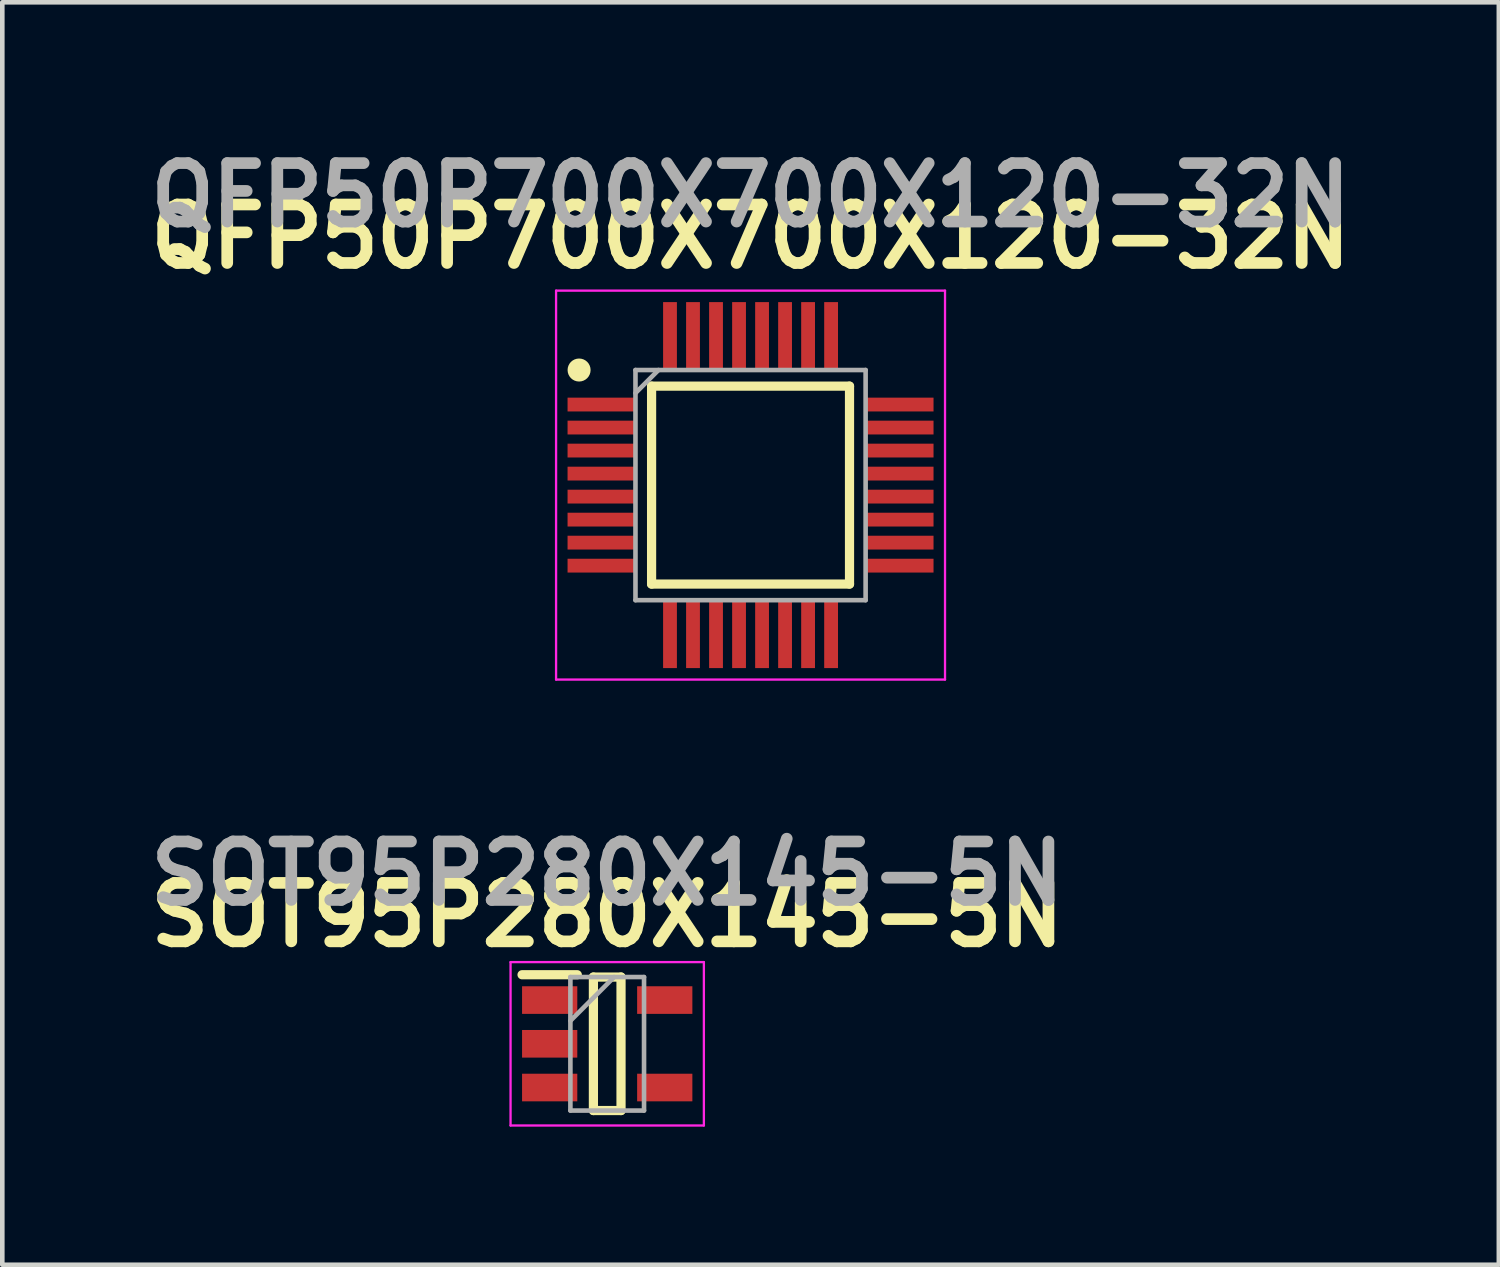
<source format=kicad_pcb>
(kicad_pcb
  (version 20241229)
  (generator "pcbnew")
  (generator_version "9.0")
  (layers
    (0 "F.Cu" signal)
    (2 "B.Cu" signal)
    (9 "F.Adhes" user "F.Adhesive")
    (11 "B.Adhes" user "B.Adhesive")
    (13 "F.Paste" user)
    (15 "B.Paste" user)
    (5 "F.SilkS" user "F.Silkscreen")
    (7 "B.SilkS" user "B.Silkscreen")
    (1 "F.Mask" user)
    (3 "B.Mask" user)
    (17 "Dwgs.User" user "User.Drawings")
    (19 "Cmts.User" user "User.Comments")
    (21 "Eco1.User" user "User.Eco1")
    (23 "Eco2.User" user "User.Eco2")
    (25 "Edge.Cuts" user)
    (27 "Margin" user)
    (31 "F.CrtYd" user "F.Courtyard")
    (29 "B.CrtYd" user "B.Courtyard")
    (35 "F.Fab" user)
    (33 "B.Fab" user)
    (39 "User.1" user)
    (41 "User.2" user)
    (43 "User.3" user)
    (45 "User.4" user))
  (footprint "SOT95P280X145-5N"
    (layer "F.Cu")
    (at 10.142 19.627)
    (property "Reference" "SOT95P280X145-5N" (at 0 -2.8 0) (layer "F.SilkS") (effects (font (size 1.27 1.27) (thickness 0.254))))
    (attr smd)
    (fp_line (start -1.85 -1.5) (end -0.65 -1.5) (stroke (width 0.2) (type solid)) (layer "F.SilkS"))
    (fp_line (start -0.3 -1.45) (end 0.3 -1.45) (stroke (width 0.2) (type solid)) (layer "F.SilkS"))
    (fp_line (start -0.3 1.45) (end -0.3 -1.45) (stroke (width 0.2) (type solid)) (layer "F.SilkS"))
    (fp_line (start 0.3 -1.45) (end 0.3 1.45) (stroke (width 0.2) (type solid)) (layer "F.SilkS"))
    (fp_line (start 0.3 1.45) (end -0.3 1.45) (stroke (width 0.2) (type solid)) (layer "F.SilkS"))
    (fp_line (start -2.1 -1.775) (end 2.1 -1.775) (stroke (width 0.05) (type solid)) (layer "F.CrtYd"))
    (fp_line (start -2.1 1.775) (end -2.1 -1.775) (stroke (width 0.05) (type solid)) (layer "F.CrtYd"))
    (fp_line (start 2.1 -1.775) (end 2.1 1.775) (stroke (width 0.05) (type solid)) (layer "F.CrtYd"))
    (fp_line (start 2.1 1.775) (end -2.1 1.775) (stroke (width 0.05) (type solid)) (layer "F.CrtYd"))
    (fp_line (start -0.8 -1.45) (end 0.8 -1.45) (stroke (width 0.1) (type solid)) (layer "F.Fab"))
    (fp_line (start -0.8 -0.5) (end 0.15 -1.45) (stroke (width 0.1) (type solid)) (layer "F.Fab"))
    (fp_line (start -0.8 1.45) (end -0.8 -1.45) (stroke (width 0.1) (type solid)) (layer "F.Fab"))
    (fp_line (start 0.8 -1.45) (end 0.8 1.45) (stroke (width 0.1) (type solid)) (layer "F.Fab"))
    (fp_line (start 0.8 1.45) (end -0.8 1.45) (stroke (width 0.1) (type solid)) (layer "F.Fab"))
    (fp_text user "${REFERENCE}" (at 0 -3.7 0) (layer "F.Fab") (effects (font (size 1.27 1.27) (thickness 0.254))))
    (pad "1" smd rect (at -1.25 -0.95 90) (size 0.6 1.2) (layers "F.Cu" "F.Mask" "F.Paste"))
    (pad "2" smd rect (at -1.25 0 90) (size 0.6 1.2) (layers "F.Cu" "F.Mask" "F.Paste"))
    (pad "3" smd rect (at -1.25 0.95 90) (size 0.6 1.2) (layers "F.Cu" "F.Mask" "F.Paste"))
    (pad "4" smd rect (at 1.25 0.95 90) (size 0.6 1.2) (layers "F.Cu" "F.Mask" "F.Paste"))
    (pad "5" smd rect (at 1.25 -0.95 90) (size 0.6 1.2) (layers "F.Cu" "F.Mask" "F.Paste")))
  (footprint "QFP50P700X700X120-32N"
    (layer "F.Cu")
    (at 13.256 7.489)
    (property "Reference" "QFP50P700X700X120-32N" (at 0 -5.4 0) (layer "F.SilkS") (effects (font (size 1.27 1.27) (thickness 0.254))))
    (attr smd)
    (fp_line (start -2.15 -2.15) (end 2.15 -2.15) (stroke (width 0.2) (type solid)) (layer "F.SilkS"))
    (fp_line (start -2.15 2.15) (end -2.15 -2.15) (stroke (width 0.2) (type solid)) (layer "F.SilkS"))
    (fp_line (start 2.15 -2.15) (end 2.15 2.15) (stroke (width 0.2) (type solid)) (layer "F.SilkS"))
    (fp_line (start 2.15 2.15) (end -2.15 2.15) (stroke (width 0.2) (type solid)) (layer "F.SilkS"))
    (fp_circle (center -3.725 -2.5) (end -3.725 -2.375) (stroke (width 0.25) (type solid)) (fill no) (layer "F.SilkS"))
    (fp_line (start -4.225 -4.225) (end 4.225 -4.225) (stroke (width 0.05) (type solid)) (layer "F.CrtYd"))
    (fp_line (start -4.225 4.225) (end -4.225 -4.225) (stroke (width 0.05) (type solid)) (layer "F.CrtYd"))
    (fp_line (start 4.225 -4.225) (end 4.225 4.225) (stroke (width 0.05) (type solid)) (layer "F.CrtYd"))
    (fp_line (start 4.225 4.225) (end -4.225 4.225) (stroke (width 0.05) (type solid)) (layer "F.CrtYd"))
    (fp_line (start -2.5 -2.5) (end 2.5 -2.5) (stroke (width 0.1) (type solid)) (layer "F.Fab"))
    (fp_line (start -2.5 -2) (end -2 -2.5) (stroke (width 0.1) (type solid)) (layer "F.Fab"))
    (fp_line (start -2.5 2.5) (end -2.5 -2.5) (stroke (width 0.1) (type solid)) (layer "F.Fab"))
    (fp_line (start 2.5 -2.5) (end 2.5 2.5) (stroke (width 0.1) (type solid)) (layer "F.Fab"))
    (fp_line (start 2.5 2.5) (end -2.5 2.5) (stroke (width 0.1) (type solid)) (layer "F.Fab"))
    (fp_text user "${REFERENCE}" (at 0 -6.3 0) (layer "F.Fab") (effects (font (size 1.27 1.27) (thickness 0.254))))
    (pad "1" smd rect (at -3.238 -1.75 90) (size 0.3 1.475) (layers "F.Cu" "F.Mask" "F.Paste"))
    (pad "2" smd rect (at -3.238 -1.25 90) (size 0.3 1.475) (layers "F.Cu" "F.Mask" "F.Paste"))
    (pad "3" smd rect (at -3.238 -0.75 90) (size 0.3 1.475) (layers "F.Cu" "F.Mask" "F.Paste"))
    (pad "4" smd rect (at -3.238 -0.25 90) (size 0.3 1.475) (layers "F.Cu" "F.Mask" "F.Paste"))
    (pad "5" smd rect (at -3.238 0.25 90) (size 0.3 1.475) (layers "F.Cu" "F.Mask" "F.Paste"))
    (pad "6" smd rect (at -3.238 0.75 90) (size 0.3 1.475) (layers "F.Cu" "F.Mask" "F.Paste"))
    (pad "7" smd rect (at -3.238 1.25 90) (size 0.3 1.475) (layers "F.Cu" "F.Mask" "F.Paste"))
    (pad "8" smd rect (at -3.238 1.75 90) (size 0.3 1.475) (layers "F.Cu" "F.Mask" "F.Paste"))
    (pad "9" smd rect (at -1.75 3.238) (size 0.3 1.475) (layers "F.Cu" "F.Mask" "F.Paste"))
    (pad "10" smd rect (at -1.25 3.238) (size 0.3 1.475) (layers "F.Cu" "F.Mask" "F.Paste"))
    (pad "11" smd rect (at -0.75 3.238) (size 0.3 1.475) (layers "F.Cu" "F.Mask" "F.Paste"))
    (pad "12" smd rect (at -0.25 3.238) (size 0.3 1.475) (layers "F.Cu" "F.Mask" "F.Paste"))
    (pad "13" smd rect (at 0.25 3.238) (size 0.3 1.475) (layers "F.Cu" "F.Mask" "F.Paste"))
    (pad "14" smd rect (at 0.75 3.238) (size 0.3 1.475) (layers "F.Cu" "F.Mask" "F.Paste"))
    (pad "15" smd rect (at 1.25 3.238) (size 0.3 1.475) (layers "F.Cu" "F.Mask" "F.Paste"))
    (pad "16" smd rect (at 1.75 3.238) (size 0.3 1.475) (layers "F.Cu" "F.Mask" "F.Paste"))
    (pad "17" smd rect (at 3.238 1.75 90) (size 0.3 1.475) (layers "F.Cu" "F.Mask" "F.Paste"))
    (pad "18" smd rect (at 3.238 1.25 90) (size 0.3 1.475) (layers "F.Cu" "F.Mask" "F.Paste"))
    (pad "19" smd rect (at 3.238 0.75 90) (size 0.3 1.475) (layers "F.Cu" "F.Mask" "F.Paste"))
    (pad "20" smd rect (at 3.238 0.25 90) (size 0.3 1.475) (layers "F.Cu" "F.Mask" "F.Paste"))
    (pad "21" smd rect (at 3.238 -0.25 90) (size 0.3 1.475) (layers "F.Cu" "F.Mask" "F.Paste"))
    (pad "22" smd rect (at 3.238 -0.75 90) (size 0.3 1.475) (layers "F.Cu" "F.Mask" "F.Paste"))
    (pad "23" smd rect (at 3.238 -1.25 90) (size 0.3 1.475) (layers "F.Cu" "F.Mask" "F.Paste"))
    (pad "24" smd rect (at 3.238 -1.75 90) (size 0.3 1.475) (layers "F.Cu" "F.Mask" "F.Paste"))
    (pad "25" smd rect (at 1.75 -3.238) (size 0.3 1.475) (layers "F.Cu" "F.Mask" "F.Paste"))
    (pad "26" smd rect (at 1.25 -3.238) (size 0.3 1.475) (layers "F.Cu" "F.Mask" "F.Paste"))
    (pad "27" smd rect (at 0.75 -3.238) (size 0.3 1.475) (layers "F.Cu" "F.Mask" "F.Paste"))
    (pad "28" smd rect (at 0.25 -3.238) (size 0.3 1.475) (layers "F.Cu" "F.Mask" "F.Paste"))
    (pad "29" smd rect (at -0.25 -3.238) (size 0.3 1.475) (layers "F.Cu" "F.Mask" "F.Paste"))
    (pad "30" smd rect (at -0.75 -3.238) (size 0.3 1.475) (layers "F.Cu" "F.Mask" "F.Paste"))
    (pad "31" smd rect (at -1.25 -3.238) (size 0.3 1.475) (layers "F.Cu" "F.Mask" "F.Paste"))
    (pad "32" smd rect (at -1.75 -3.238) (size 0.3 1.475) (layers "F.Cu" "F.Mask" "F.Paste")))
  (gr_rect
    (start -3 -3)
    (end 29.513 24.427)
    (stroke (width 0.1) (type default))
    (fill no)
    (layer "Edge.Cuts")))
</source>
